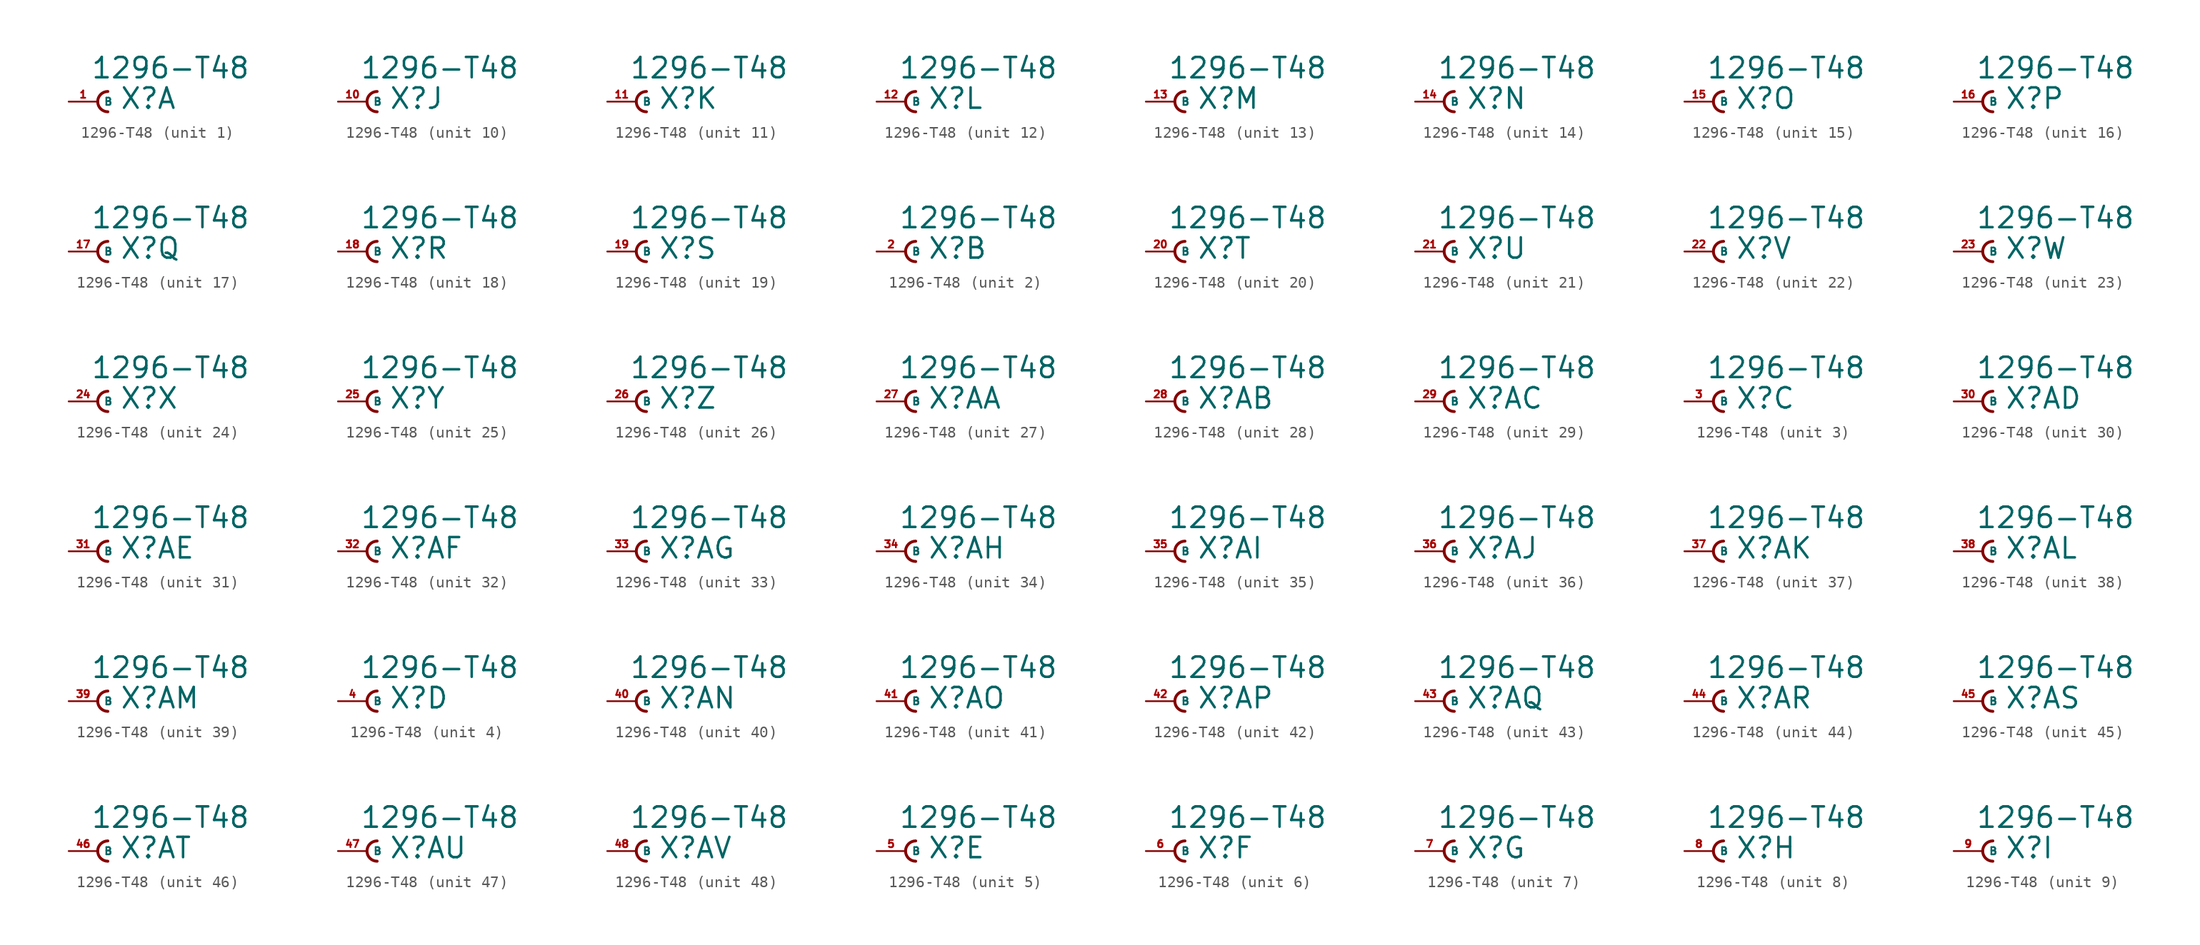
<source format=kicad_sym>
(kicad_symbol_lib
  (version 20220914)
  (generator Eagle2Kicad)
  (symbol "1296-T48"
    (property "Reference" "X"
      (at 1.905 -0.762 0)
      (effects (font (size 1.778 1.778) (thickness 0.22)) (justify left bottom)))
    (property "Value" "1296-T48"
      (at -0.635 1.905 0)
      (effects (font (size 1.778 1.778) (thickness 0.22)) (justify left bottom)))
    (symbol "1296-T48_1_0"
      (arc (start 0.889 0.889) (mid 0.000 0.000) (end 0.889 -0.889) (stroke (width 0.254) (type default)) (fill (type none)))
      (pin passive line (at -2.54 0 0) (length 2.54) (name "B" (effects (font (size 0.635 0.635) (thickness 0.08)) (justify left bottom))) (number "1" (effects (font (size 0.635 0.635) (thickness 0.08)) (justify left bottom)))))
    (symbol "1296-T48_2_0"
      (arc (start 0.889 0.889) (mid 0.000 0.000) (end 0.889 -0.889) (stroke (width 0.254) (type default)) (fill (type none)))
      (pin passive line (at -2.54 0 0) (length 2.54) (name "B" (effects (font (size 0.635 0.635) (thickness 0.08)) (justify left bottom))) (number "2" (effects (font (size 0.635 0.635) (thickness 0.08)) (justify left bottom)))))
    (symbol "1296-T48_3_0"
      (arc (start 0.889 0.889) (mid 0.000 0.000) (end 0.889 -0.889) (stroke (width 0.254) (type default)) (fill (type none)))
      (pin passive line (at -2.54 0 0) (length 2.54) (name "B" (effects (font (size 0.635 0.635) (thickness 0.08)) (justify left bottom))) (number "3" (effects (font (size 0.635 0.635) (thickness 0.08)) (justify left bottom)))))
    (symbol "1296-T48_4_0"
      (arc (start 0.889 0.889) (mid 0.000 0.000) (end 0.889 -0.889) (stroke (width 0.254) (type default)) (fill (type none)))
      (pin passive line (at -2.54 0 0) (length 2.54) (name "B" (effects (font (size 0.635 0.635) (thickness 0.08)) (justify left bottom))) (number "4" (effects (font (size 0.635 0.635) (thickness 0.08)) (justify left bottom)))))
    (symbol "1296-T48_5_0"
      (arc (start 0.889 0.889) (mid 0.000 0.000) (end 0.889 -0.889) (stroke (width 0.254) (type default)) (fill (type none)))
      (pin passive line (at -2.54 0 0) (length 2.54) (name "B" (effects (font (size 0.635 0.635) (thickness 0.08)) (justify left bottom))) (number "5" (effects (font (size 0.635 0.635) (thickness 0.08)) (justify left bottom)))))
    (symbol "1296-T48_6_0"
      (arc (start 0.889 0.889) (mid 0.000 0.000) (end 0.889 -0.889) (stroke (width 0.254) (type default)) (fill (type none)))
      (pin passive line (at -2.54 0 0) (length 2.54) (name "B" (effects (font (size 0.635 0.635) (thickness 0.08)) (justify left bottom))) (number "6" (effects (font (size 0.635 0.635) (thickness 0.08)) (justify left bottom)))))
    (symbol "1296-T48_7_0"
      (arc (start 0.889 0.889) (mid 0.000 0.000) (end 0.889 -0.889) (stroke (width 0.254) (type default)) (fill (type none)))
      (pin passive line (at -2.54 0 0) (length 2.54) (name "B" (effects (font (size 0.635 0.635) (thickness 0.08)) (justify left bottom))) (number "7" (effects (font (size 0.635 0.635) (thickness 0.08)) (justify left bottom)))))
    (symbol "1296-T48_8_0"
      (arc (start 0.889 0.889) (mid 0.000 0.000) (end 0.889 -0.889) (stroke (width 0.254) (type default)) (fill (type none)))
      (pin passive line (at -2.54 0 0) (length 2.54) (name "B" (effects (font (size 0.635 0.635) (thickness 0.08)) (justify left bottom))) (number "8" (effects (font (size 0.635 0.635) (thickness 0.08)) (justify left bottom)))))
    (symbol "1296-T48_9_0"
      (arc (start 0.889 0.889) (mid 0.000 0.000) (end 0.889 -0.889) (stroke (width 0.254) (type default)) (fill (type none)))
      (pin passive line (at -2.54 0 0) (length 2.54) (name "B" (effects (font (size 0.635 0.635) (thickness 0.08)) (justify left bottom))) (number "9" (effects (font (size 0.635 0.635) (thickness 0.08)) (justify left bottom)))))
    (symbol "1296-T48_10_0"
      (arc (start 0.889 0.889) (mid 0.000 0.000) (end 0.889 -0.889) (stroke (width 0.254) (type default)) (fill (type none)))
      (pin passive line (at -2.54 0 0) (length 2.54) (name "B" (effects (font (size 0.635 0.635) (thickness 0.08)) (justify left bottom))) (number "10" (effects (font (size 0.635 0.635) (thickness 0.08)) (justify left bottom)))))
    (symbol "1296-T48_11_0"
      (arc (start 0.889 0.889) (mid 0.000 0.000) (end 0.889 -0.889) (stroke (width 0.254) (type default)) (fill (type none)))
      (pin passive line (at -2.54 0 0) (length 2.54) (name "B" (effects (font (size 0.635 0.635) (thickness 0.08)) (justify left bottom))) (number "11" (effects (font (size 0.635 0.635) (thickness 0.08)) (justify left bottom)))))
    (symbol "1296-T48_12_0"
      (arc (start 0.889 0.889) (mid 0.000 0.000) (end 0.889 -0.889) (stroke (width 0.254) (type default)) (fill (type none)))
      (pin passive line (at -2.54 0 0) (length 2.54) (name "B" (effects (font (size 0.635 0.635) (thickness 0.08)) (justify left bottom))) (number "12" (effects (font (size 0.635 0.635) (thickness 0.08)) (justify left bottom)))))
    (symbol "1296-T48_13_0"
      (arc (start 0.889 0.889) (mid 0.000 0.000) (end 0.889 -0.889) (stroke (width 0.254) (type default)) (fill (type none)))
      (pin passive line (at -2.54 0 0) (length 2.54) (name "B" (effects (font (size 0.635 0.635) (thickness 0.08)) (justify left bottom))) (number "13" (effects (font (size 0.635 0.635) (thickness 0.08)) (justify left bottom)))))
    (symbol "1296-T48_14_0"
      (arc (start 0.889 0.889) (mid 0.000 0.000) (end 0.889 -0.889) (stroke (width 0.254) (type default)) (fill (type none)))
      (pin passive line (at -2.54 0 0) (length 2.54) (name "B" (effects (font (size 0.635 0.635) (thickness 0.08)) (justify left bottom))) (number "14" (effects (font (size 0.635 0.635) (thickness 0.08)) (justify left bottom)))))
    (symbol "1296-T48_15_0"
      (arc (start 0.889 0.889) (mid 0.000 0.000) (end 0.889 -0.889) (stroke (width 0.254) (type default)) (fill (type none)))
      (pin passive line (at -2.54 0 0) (length 2.54) (name "B" (effects (font (size 0.635 0.635) (thickness 0.08)) (justify left bottom))) (number "15" (effects (font (size 0.635 0.635) (thickness 0.08)) (justify left bottom)))))
    (symbol "1296-T48_16_0"
      (arc (start 0.889 0.889) (mid 0.000 0.000) (end 0.889 -0.889) (stroke (width 0.254) (type default)) (fill (type none)))
      (pin passive line (at -2.54 0 0) (length 2.54) (name "B" (effects (font (size 0.635 0.635) (thickness 0.08)) (justify left bottom))) (number "16" (effects (font (size 0.635 0.635) (thickness 0.08)) (justify left bottom)))))
    (symbol "1296-T48_17_0"
      (arc (start 0.889 0.889) (mid 0.000 0.000) (end 0.889 -0.889) (stroke (width 0.254) (type default)) (fill (type none)))
      (pin passive line (at -2.54 0 0) (length 2.54) (name "B" (effects (font (size 0.635 0.635) (thickness 0.08)) (justify left bottom))) (number "17" (effects (font (size 0.635 0.635) (thickness 0.08)) (justify left bottom)))))
    (symbol "1296-T48_18_0"
      (arc (start 0.889 0.889) (mid 0.000 0.000) (end 0.889 -0.889) (stroke (width 0.254) (type default)) (fill (type none)))
      (pin passive line (at -2.54 0 0) (length 2.54) (name "B" (effects (font (size 0.635 0.635) (thickness 0.08)) (justify left bottom))) (number "18" (effects (font (size 0.635 0.635) (thickness 0.08)) (justify left bottom)))))
    (symbol "1296-T48_19_0"
      (arc (start 0.889 0.889) (mid 0.000 0.000) (end 0.889 -0.889) (stroke (width 0.254) (type default)) (fill (type none)))
      (pin passive line (at -2.54 0 0) (length 2.54) (name "B" (effects (font (size 0.635 0.635) (thickness 0.08)) (justify left bottom))) (number "19" (effects (font (size 0.635 0.635) (thickness 0.08)) (justify left bottom)))))
    (symbol "1296-T48_20_0"
      (arc (start 0.889 0.889) (mid 0.000 0.000) (end 0.889 -0.889) (stroke (width 0.254) (type default)) (fill (type none)))
      (pin passive line (at -2.54 0 0) (length 2.54) (name "B" (effects (font (size 0.635 0.635) (thickness 0.08)) (justify left bottom))) (number "20" (effects (font (size 0.635 0.635) (thickness 0.08)) (justify left bottom)))))
    (symbol "1296-T48_21_0"
      (arc (start 0.889 0.889) (mid 0.000 0.000) (end 0.889 -0.889) (stroke (width 0.254) (type default)) (fill (type none)))
      (pin passive line (at -2.54 0 0) (length 2.54) (name "B" (effects (font (size 0.635 0.635) (thickness 0.08)) (justify left bottom))) (number "21" (effects (font (size 0.635 0.635) (thickness 0.08)) (justify left bottom)))))
    (symbol "1296-T48_22_0"
      (arc (start 0.889 0.889) (mid 0.000 0.000) (end 0.889 -0.889) (stroke (width 0.254) (type default)) (fill (type none)))
      (pin passive line (at -2.54 0 0) (length 2.54) (name "B" (effects (font (size 0.635 0.635) (thickness 0.08)) (justify left bottom))) (number "22" (effects (font (size 0.635 0.635) (thickness 0.08)) (justify left bottom)))))
    (symbol "1296-T48_23_0"
      (arc (start 0.889 0.889) (mid 0.000 0.000) (end 0.889 -0.889) (stroke (width 0.254) (type default)) (fill (type none)))
      (pin passive line (at -2.54 0 0) (length 2.54) (name "B" (effects (font (size 0.635 0.635) (thickness 0.08)) (justify left bottom))) (number "23" (effects (font (size 0.635 0.635) (thickness 0.08)) (justify left bottom)))))
    (symbol "1296-T48_24_0"
      (arc (start 0.889 0.889) (mid 0.000 0.000) (end 0.889 -0.889) (stroke (width 0.254) (type default)) (fill (type none)))
      (pin passive line (at -2.54 0 0) (length 2.54) (name "B" (effects (font (size 0.635 0.635) (thickness 0.08)) (justify left bottom))) (number "24" (effects (font (size 0.635 0.635) (thickness 0.08)) (justify left bottom)))))
    (symbol "1296-T48_25_0"
      (arc (start 0.889 0.889) (mid 0.000 0.000) (end 0.889 -0.889) (stroke (width 0.254) (type default)) (fill (type none)))
      (pin passive line (at -2.54 0 0) (length 2.54) (name "B" (effects (font (size 0.635 0.635) (thickness 0.08)) (justify left bottom))) (number "25" (effects (font (size 0.635 0.635) (thickness 0.08)) (justify left bottom)))))
    (symbol "1296-T48_26_0"
      (arc (start 0.889 0.889) (mid 0.000 0.000) (end 0.889 -0.889) (stroke (width 0.254) (type default)) (fill (type none)))
      (pin passive line (at -2.54 0 0) (length 2.54) (name "B" (effects (font (size 0.635 0.635) (thickness 0.08)) (justify left bottom))) (number "26" (effects (font (size 0.635 0.635) (thickness 0.08)) (justify left bottom)))))
    (symbol "1296-T48_27_0"
      (arc (start 0.889 0.889) (mid 0.000 0.000) (end 0.889 -0.889) (stroke (width 0.254) (type default)) (fill (type none)))
      (pin passive line (at -2.54 0 0) (length 2.54) (name "B" (effects (font (size 0.635 0.635) (thickness 0.08)) (justify left bottom))) (number "27" (effects (font (size 0.635 0.635) (thickness 0.08)) (justify left bottom)))))
    (symbol "1296-T48_28_0"
      (arc (start 0.889 0.889) (mid 0.000 0.000) (end 0.889 -0.889) (stroke (width 0.254) (type default)) (fill (type none)))
      (pin passive line (at -2.54 0 0) (length 2.54) (name "B" (effects (font (size 0.635 0.635) (thickness 0.08)) (justify left bottom))) (number "28" (effects (font (size 0.635 0.635) (thickness 0.08)) (justify left bottom)))))
    (symbol "1296-T48_29_0"
      (arc (start 0.889 0.889) (mid 0.000 0.000) (end 0.889 -0.889) (stroke (width 0.254) (type default)) (fill (type none)))
      (pin passive line (at -2.54 0 0) (length 2.54) (name "B" (effects (font (size 0.635 0.635) (thickness 0.08)) (justify left bottom))) (number "29" (effects (font (size 0.635 0.635) (thickness 0.08)) (justify left bottom)))))
    (symbol "1296-T48_30_0"
      (arc (start 0.889 0.889) (mid 0.000 0.000) (end 0.889 -0.889) (stroke (width 0.254) (type default)) (fill (type none)))
      (pin passive line (at -2.54 0 0) (length 2.54) (name "B" (effects (font (size 0.635 0.635) (thickness 0.08)) (justify left bottom))) (number "30" (effects (font (size 0.635 0.635) (thickness 0.08)) (justify left bottom)))))
    (symbol "1296-T48_31_0"
      (arc (start 0.889 0.889) (mid 0.000 0.000) (end 0.889 -0.889) (stroke (width 0.254) (type default)) (fill (type none)))
      (pin passive line (at -2.54 0 0) (length 2.54) (name "B" (effects (font (size 0.635 0.635) (thickness 0.08)) (justify left bottom))) (number "31" (effects (font (size 0.635 0.635) (thickness 0.08)) (justify left bottom)))))
    (symbol "1296-T48_32_0"
      (arc (start 0.889 0.889) (mid 0.000 0.000) (end 0.889 -0.889) (stroke (width 0.254) (type default)) (fill (type none)))
      (pin passive line (at -2.54 0 0) (length 2.54) (name "B" (effects (font (size 0.635 0.635) (thickness 0.08)) (justify left bottom))) (number "32" (effects (font (size 0.635 0.635) (thickness 0.08)) (justify left bottom)))))
    (symbol "1296-T48_33_0"
      (arc (start 0.889 0.889) (mid 0.000 0.000) (end 0.889 -0.889) (stroke (width 0.254) (type default)) (fill (type none)))
      (pin passive line (at -2.54 0 0) (length 2.54) (name "B" (effects (font (size 0.635 0.635) (thickness 0.08)) (justify left bottom))) (number "33" (effects (font (size 0.635 0.635) (thickness 0.08)) (justify left bottom)))))
    (symbol "1296-T48_34_0"
      (arc (start 0.889 0.889) (mid 0.000 0.000) (end 0.889 -0.889) (stroke (width 0.254) (type default)) (fill (type none)))
      (pin passive line (at -2.54 0 0) (length 2.54) (name "B" (effects (font (size 0.635 0.635) (thickness 0.08)) (justify left bottom))) (number "34" (effects (font (size 0.635 0.635) (thickness 0.08)) (justify left bottom)))))
    (symbol "1296-T48_35_0"
      (arc (start 0.889 0.889) (mid 0.000 0.000) (end 0.889 -0.889) (stroke (width 0.254) (type default)) (fill (type none)))
      (pin passive line (at -2.54 0 0) (length 2.54) (name "B" (effects (font (size 0.635 0.635) (thickness 0.08)) (justify left bottom))) (number "35" (effects (font (size 0.635 0.635) (thickness 0.08)) (justify left bottom)))))
    (symbol "1296-T48_36_0"
      (arc (start 0.889 0.889) (mid 0.000 0.000) (end 0.889 -0.889) (stroke (width 0.254) (type default)) (fill (type none)))
      (pin passive line (at -2.54 0 0) (length 2.54) (name "B" (effects (font (size 0.635 0.635) (thickness 0.08)) (justify left bottom))) (number "36" (effects (font (size 0.635 0.635) (thickness 0.08)) (justify left bottom)))))
    (symbol "1296-T48_37_0"
      (arc (start 0.889 0.889) (mid 0.000 0.000) (end 0.889 -0.889) (stroke (width 0.254) (type default)) (fill (type none)))
      (pin passive line (at -2.54 0 0) (length 2.54) (name "B" (effects (font (size 0.635 0.635) (thickness 0.08)) (justify left bottom))) (number "37" (effects (font (size 0.635 0.635) (thickness 0.08)) (justify left bottom)))))
    (symbol "1296-T48_38_0"
      (arc (start 0.889 0.889) (mid 0.000 0.000) (end 0.889 -0.889) (stroke (width 0.254) (type default)) (fill (type none)))
      (pin passive line (at -2.54 0 0) (length 2.54) (name "B" (effects (font (size 0.635 0.635) (thickness 0.08)) (justify left bottom))) (number "38" (effects (font (size 0.635 0.635) (thickness 0.08)) (justify left bottom)))))
    (symbol "1296-T48_39_0"
      (arc (start 0.889 0.889) (mid 0.000 0.000) (end 0.889 -0.889) (stroke (width 0.254) (type default)) (fill (type none)))
      (pin passive line (at -2.54 0 0) (length 2.54) (name "B" (effects (font (size 0.635 0.635) (thickness 0.08)) (justify left bottom))) (number "39" (effects (font (size 0.635 0.635) (thickness 0.08)) (justify left bottom)))))
    (symbol "1296-T48_40_0"
      (arc (start 0.889 0.889) (mid 0.000 0.000) (end 0.889 -0.889) (stroke (width 0.254) (type default)) (fill (type none)))
      (pin passive line (at -2.54 0 0) (length 2.54) (name "B" (effects (font (size 0.635 0.635) (thickness 0.08)) (justify left bottom))) (number "40" (effects (font (size 0.635 0.635) (thickness 0.08)) (justify left bottom)))))
    (symbol "1296-T48_41_0"
      (arc (start 0.889 0.889) (mid 0.000 0.000) (end 0.889 -0.889) (stroke (width 0.254) (type default)) (fill (type none)))
      (pin passive line (at -2.54 0 0) (length 2.54) (name "B" (effects (font (size 0.635 0.635) (thickness 0.08)) (justify left bottom))) (number "41" (effects (font (size 0.635 0.635) (thickness 0.08)) (justify left bottom)))))
    (symbol "1296-T48_42_0"
      (arc (start 0.889 0.889) (mid 0.000 0.000) (end 0.889 -0.889) (stroke (width 0.254) (type default)) (fill (type none)))
      (pin passive line (at -2.54 0 0) (length 2.54) (name "B" (effects (font (size 0.635 0.635) (thickness 0.08)) (justify left bottom))) (number "42" (effects (font (size 0.635 0.635) (thickness 0.08)) (justify left bottom)))))
    (symbol "1296-T48_43_0"
      (arc (start 0.889 0.889) (mid 0.000 0.000) (end 0.889 -0.889) (stroke (width 0.254) (type default)) (fill (type none)))
      (pin passive line (at -2.54 0 0) (length 2.54) (name "B" (effects (font (size 0.635 0.635) (thickness 0.08)) (justify left bottom))) (number "43" (effects (font (size 0.635 0.635) (thickness 0.08)) (justify left bottom)))))
    (symbol "1296-T48_44_0"
      (arc (start 0.889 0.889) (mid 0.000 0.000) (end 0.889 -0.889) (stroke (width 0.254) (type default)) (fill (type none)))
      (pin passive line (at -2.54 0 0) (length 2.54) (name "B" (effects (font (size 0.635 0.635) (thickness 0.08)) (justify left bottom))) (number "44" (effects (font (size 0.635 0.635) (thickness 0.08)) (justify left bottom)))))
    (symbol "1296-T48_45_0"
      (arc (start 0.889 0.889) (mid 0.000 0.000) (end 0.889 -0.889) (stroke (width 0.254) (type default)) (fill (type none)))
      (pin passive line (at -2.54 0 0) (length 2.54) (name "B" (effects (font (size 0.635 0.635) (thickness 0.08)) (justify left bottom))) (number "45" (effects (font (size 0.635 0.635) (thickness 0.08)) (justify left bottom)))))
    (symbol "1296-T48_46_0"
      (arc (start 0.889 0.889) (mid 0.000 0.000) (end 0.889 -0.889) (stroke (width 0.254) (type default)) (fill (type none)))
      (pin passive line (at -2.54 0 0) (length 2.54) (name "B" (effects (font (size 0.635 0.635) (thickness 0.08)) (justify left bottom))) (number "46" (effects (font (size 0.635 0.635) (thickness 0.08)) (justify left bottom)))))
    (symbol "1296-T48_47_0"
      (arc (start 0.889 0.889) (mid 0.000 0.000) (end 0.889 -0.889) (stroke (width 0.254) (type default)) (fill (type none)))
      (pin passive line (at -2.54 0 0) (length 2.54) (name "B" (effects (font (size 0.635 0.635) (thickness 0.08)) (justify left bottom))) (number "47" (effects (font (size 0.635 0.635) (thickness 0.08)) (justify left bottom)))))
    (symbol "1296-T48_48_0"
      (arc (start 0.889 0.889) (mid 0.000 0.000) (end 0.889 -0.889) (stroke (width 0.254) (type default)) (fill (type none)))
      (pin passive line (at -2.54 0 0) (length 2.54) (name "B" (effects (font (size 0.635 0.635) (thickness 0.08)) (justify left bottom))) (number "48" (effects (font (size 0.635 0.635) (thickness 0.08)) (justify left bottom)))))))
</source>
